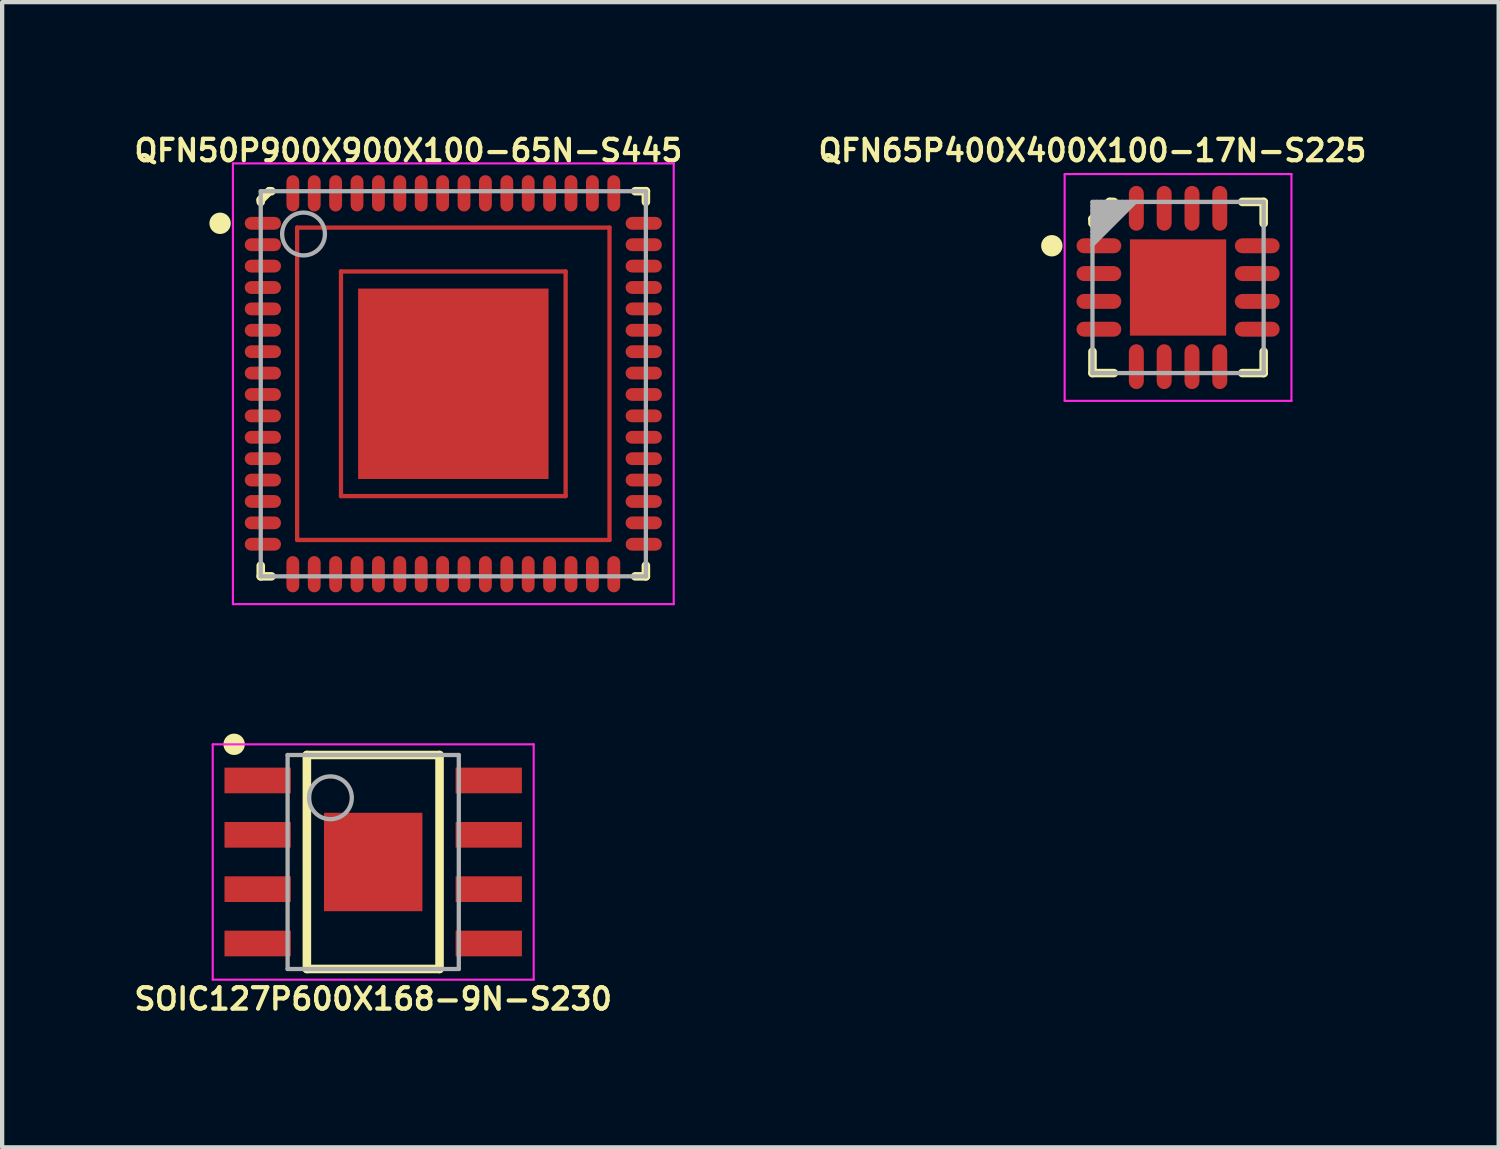
<source format=kicad_pcb>
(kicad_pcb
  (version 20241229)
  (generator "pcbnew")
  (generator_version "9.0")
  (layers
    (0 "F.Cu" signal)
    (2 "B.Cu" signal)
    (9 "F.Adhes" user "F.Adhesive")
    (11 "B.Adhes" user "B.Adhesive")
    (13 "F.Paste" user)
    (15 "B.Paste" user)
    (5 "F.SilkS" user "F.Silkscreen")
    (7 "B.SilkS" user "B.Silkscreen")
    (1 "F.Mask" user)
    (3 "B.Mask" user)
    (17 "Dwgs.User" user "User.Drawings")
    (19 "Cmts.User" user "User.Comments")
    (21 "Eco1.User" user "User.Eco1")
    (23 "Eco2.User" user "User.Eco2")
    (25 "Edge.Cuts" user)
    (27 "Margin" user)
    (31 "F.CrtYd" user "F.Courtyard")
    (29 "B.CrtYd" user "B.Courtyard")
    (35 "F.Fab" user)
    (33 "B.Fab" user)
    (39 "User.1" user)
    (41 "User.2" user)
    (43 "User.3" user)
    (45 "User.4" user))
  (footprint "SOIC127P600X168-9N-S230"
    (layer "F.Cu")
    (at 5.671 17.093)
    (property "Reference" "SOIC127P600X168-9N-S230" (at 0 3.2 180) (layer "F.SilkS") (effects (font (size 0.5 0.5) (thickness 0.1))))
    (attr smd)
    (fp_line (start -1.55 -2.5) (end 1.55 -2.5) (stroke (width 0.2) (type solid)) (layer "F.SilkS"))
    (fp_line (start -1.55 2.5) (end -1.55 -2.5) (stroke (width 0.2) (type solid)) (layer "F.SilkS"))
    (fp_line (start -1.55 2.5) (end 1.55 2.5) (stroke (width 0.2) (type solid)) (layer "F.SilkS"))
    (fp_line (start 1.55 2.5) (end 1.55 -2.5) (stroke (width 0.2) (type solid)) (layer "F.SilkS"))
    (fp_circle (center -3.25 -2.75) (end -3.125 -2.75) (stroke (width 0.25) (type solid)) (fill no) (layer "F.SilkS"))
    (fp_line (start -3.75 -2.75) (end 3.75 -2.75) (stroke (width 0.05) (type solid)) (layer "F.CrtYd"))
    (fp_line (start -3.75 2.75) (end -3.75 -2.75) (stroke (width 0.05) (type solid)) (layer "F.CrtYd"))
    (fp_line (start -3.75 2.75) (end 3.75 2.75) (stroke (width 0.05) (type solid)) (layer "F.CrtYd"))
    (fp_line (start 3.75 2.75) (end 3.75 -2.75) (stroke (width 0.05) (type solid)) (layer "F.CrtYd"))
    (fp_line (start -2 -2.5) (end 2 -2.5) (stroke (width 0.1) (type solid)) (layer "F.Fab"))
    (fp_line (start -2 2.5) (end -2 -2.5) (stroke (width 0.1) (type solid)) (layer "F.Fab"))
    (fp_line (start -2 2.5) (end 2 2.5) (stroke (width 0.1) (type solid)) (layer "F.Fab"))
    (fp_line (start 2 2.5) (end 2 -2.5) (stroke (width 0.1) (type solid)) (layer "F.Fab"))
    (fp_circle (center -1 -1.5) (end -0.5 -1.5) (stroke (width 0.1) (type solid)) (fill no) (layer "F.Fab"))
    (pad "1" smd rect (at -2.7 -1.905) (size 1.55 0.6) (layers "F.Cu" "F.Mask" "F.Paste"))
    (pad "2" smd rect (at -2.7 -0.635) (size 1.55 0.6) (layers "F.Cu" "F.Mask" "F.Paste"))
    (pad "3" smd rect (at -2.7 0.635) (size 1.55 0.6) (layers "F.Cu" "F.Mask" "F.Paste"))
    (pad "4" smd rect (at -2.7 1.905) (size 1.55 0.6) (layers "F.Cu" "F.Mask" "F.Paste"))
    (pad "5" smd rect (at 2.7 1.905) (size 1.55 0.6) (layers "F.Cu" "F.Mask" "F.Paste"))
    (pad "6" smd rect (at 2.7 0.635) (size 1.55 0.6) (layers "F.Cu" "F.Mask" "F.Paste"))
    (pad "7" smd rect (at 2.7 -0.635) (size 1.55 0.6) (layers "F.Cu" "F.Mask" "F.Paste"))
    (pad "8" smd rect (at 2.7 -1.905) (size 1.55 0.6) (layers "F.Cu" "F.Mask" "F.Paste"))
    (pad "9" smd rect (at 0 0 90) (size 2.3 2.3) (layers "F.Cu" "F.Mask" "F.Paste")))
  (footprint "QFN65P400X400X100-17N-S225"
    (layer "F.Cu")
    (at 24.479 3.668)
    (property "Reference" "QFN65P400X400X100-17N-S225" (at -2 -3.2 0) (layer "F.SilkS") (effects (font (size 0.5 0.5) (thickness 0.1))))
    (attr smd)
    (fp_line (start -2 -1.6) (end -1.6 -2) (stroke (width 0.2) (type solid)) (layer "F.SilkS"))
    (fp_line (start -2 -1.5) (end -2 -1.6) (stroke (width 0.2) (type solid)) (layer "F.SilkS"))
    (fp_line (start -2 2) (end -2 1.5) (stroke (width 0.2) (type solid)) (layer "F.SilkS"))
    (fp_line (start -2 2) (end -1.5 2) (stroke (width 0.2) (type solid)) (layer "F.SilkS"))
    (fp_line (start -1.6 -2) (end -1.5 -2) (stroke (width 0.2) (type solid)) (layer "F.SilkS"))
    (fp_line (start 1.5 -2) (end 2 -2) (stroke (width 0.2) (type solid)) (layer "F.SilkS"))
    (fp_line (start 1.5 2) (end 2 2) (stroke (width 0.2) (type solid)) (layer "F.SilkS"))
    (fp_line (start 2 -1.5) (end 2 -2) (stroke (width 0.2) (type solid)) (layer "F.SilkS"))
    (fp_line (start 2 2) (end 2 1.5) (stroke (width 0.2) (type solid)) (layer "F.SilkS"))
    (fp_circle (center -2.95 -0.975) (end -2.825 -0.975) (stroke (width 0.25) (type solid)) (fill no) (layer "F.SilkS"))
    (fp_line (start -2.65 -2.65) (end 2.65 -2.65) (stroke (width 0.05) (type solid)) (layer "F.CrtYd"))
    (fp_line (start -2.65 2.65) (end -2.65 -2.65) (stroke (width 0.05) (type solid)) (layer "F.CrtYd"))
    (fp_line (start -2.65 2.65) (end 2.65 2.65) (stroke (width 0.05) (type solid)) (layer "F.CrtYd"))
    (fp_line (start 2.65 2.65) (end 2.65 -2.65) (stroke (width 0.05) (type solid)) (layer "F.CrtYd"))
    (fp_line (start -2 -2) (end 2 -2) (stroke (width 0.1) (type solid)) (layer "F.Fab"))
    (fp_line (start -2 -1.9) (end -1.9 -2) (stroke (width 0.1) (type solid)) (layer "F.Fab"))
    (fp_line (start -2 -1.8) (end -1.8 -2) (stroke (width 0.1) (type solid)) (layer "F.Fab"))
    (fp_line (start -2 -1.7) (end -1.7 -2) (stroke (width 0.1) (type solid)) (layer "F.Fab"))
    (fp_line (start -2 -1.6) (end -1.6 -2) (stroke (width 0.1) (type solid)) (layer "F.Fab"))
    (fp_line (start -2 -1.5) (end -1.5 -2) (stroke (width 0.1) (type solid)) (layer "F.Fab"))
    (fp_line (start -2 -1.4) (end -1.4 -2) (stroke (width 0.1) (type solid)) (layer "F.Fab"))
    (fp_line (start -2 -1.3) (end -1.3 -2) (stroke (width 0.1) (type solid)) (layer "F.Fab"))
    (fp_line (start -2 -1.2) (end -1.2 -2) (stroke (width 0.1) (type solid)) (layer "F.Fab"))
    (fp_line (start -2 -1.1) (end -1.1 -2) (stroke (width 0.1) (type solid)) (layer "F.Fab"))
    (fp_line (start -2 -1) (end -1 -2) (stroke (width 0.1) (type solid)) (layer "F.Fab"))
    (fp_line (start -2 2) (end -2 -2) (stroke (width 0.1) (type solid)) (layer "F.Fab"))
    (fp_line (start -2 2) (end 2 2) (stroke (width 0.1) (type solid)) (layer "F.Fab"))
    (fp_line (start 2 2) (end 2 -2) (stroke (width 0.1) (type solid)) (layer "F.Fab"))
    (pad "1" smd roundrect (at -1.85 -0.975) (size 1.05 0.35) (layers "F.Cu" "F.Mask" "F.Paste") (roundrect_rratio 0.5))
    (pad "2" smd roundrect (at -1.85 -0.325) (size 1.05 0.35) (layers "F.Cu" "F.Mask" "F.Paste") (roundrect_rratio 0.5))
    (pad "3" smd roundrect (at -1.85 0.325) (size 1.05 0.35) (layers "F.Cu" "F.Mask" "F.Paste") (roundrect_rratio 0.5))
    (pad "4" smd roundrect (at -1.85 0.975) (size 1.05 0.35) (layers "F.Cu" "F.Mask" "F.Paste") (roundrect_rratio 0.5))
    (pad "5" smd roundrect (at -0.975 1.85 90) (size 1.05 0.35) (layers "F.Cu" "F.Mask" "F.Paste") (roundrect_rratio 0.5))
    (pad "6" smd roundrect (at -0.325 1.85 90) (size 1.05 0.35) (layers "F.Cu" "F.Mask" "F.Paste") (roundrect_rratio 0.5))
    (pad "7" smd roundrect (at 0.325 1.85 90) (size 1.05 0.35) (layers "F.Cu" "F.Mask" "F.Paste") (roundrect_rratio 0.5))
    (pad "8" smd roundrect (at 0.975 1.85 90) (size 1.05 0.35) (layers "F.Cu" "F.Mask" "F.Paste") (roundrect_rratio 0.5))
    (pad "9" smd roundrect (at 1.85 0.975) (size 1.05 0.35) (layers "F.Cu" "F.Mask" "F.Paste") (roundrect_rratio 0.5))
    (pad "10" smd roundrect (at 1.85 0.325) (size 1.05 0.35) (layers "F.Cu" "F.Mask" "F.Paste") (roundrect_rratio 0.5))
    (pad "11" smd roundrect (at 1.85 -0.325) (size 1.05 0.35) (layers "F.Cu" "F.Mask" "F.Paste") (roundrect_rratio 0.5))
    (pad "12" smd roundrect (at 1.85 -0.975) (size 1.05 0.35) (layers "F.Cu" "F.Mask" "F.Paste") (roundrect_rratio 0.5))
    (pad "13" smd roundrect (at 0.975 -1.85 90) (size 1.05 0.35) (layers "F.Cu" "F.Mask" "F.Paste") (roundrect_rratio 0.5))
    (pad "14" smd roundrect (at 0.325 -1.85 90) (size 1.05 0.35) (layers "F.Cu" "F.Mask" "F.Paste") (roundrect_rratio 0.5))
    (pad "15" smd roundrect (at -0.325 -1.85 90) (size 1.05 0.35) (layers "F.Cu" "F.Mask" "F.Paste") (roundrect_rratio 0.5))
    (pad "16" smd roundrect (at -0.975 -1.85 90) (size 1.05 0.35) (layers "F.Cu" "F.Mask" "F.Paste") (roundrect_rratio 0.5))
    (pad "17" smd rect (at 0 0) (size 2.25 2.25) (layers "F.Cu" "F.Mask" "F.Paste")))
  (footprint "QFN50P900X900X100-65N-S445"
    (layer "F.Cu")
    (at 7.543 5.918)
    (property "Reference" "QFN50P900X900X100-65N-S445" (at -1.05 -5.45 0) (layer "F.SilkS") (effects (font (size 0.5 0.5) (thickness 0.1))))
    (attr smd)
    (fp_line (start -3.65 -3.65) (end 3.65 -3.65) (stroke (width 0.1) (type solid)) (layer "F.Cu"))
    (fp_line (start -3.65 3.65) (end -3.65 -3.65) (stroke (width 0.1) (type solid)) (layer "F.Cu"))
    (fp_line (start -3.65 3.65) (end 3.65 3.65) (stroke (width 0.1) (type solid)) (layer "F.Cu"))
    (fp_line (start -2.625 -2.625) (end 2.625 -2.625) (stroke (width 0.1) (type solid)) (layer "F.Cu"))
    (fp_line (start -2.625 2.625) (end -2.625 -2.625) (stroke (width 0.1) (type solid)) (layer "F.Cu"))
    (fp_line (start -2.625 2.625) (end 2.625 2.625) (stroke (width 0.1) (type solid)) (layer "F.Cu"))
    (fp_line (start 2.625 2.625) (end 2.625 -2.625) (stroke (width 0.1) (type solid)) (layer "F.Cu"))
    (fp_line (start 3.65 3.65) (end 3.65 -3.65) (stroke (width 0.1) (type solid)) (layer "F.Cu"))
    (fp_line (start -4.5 -4.3) (end -4.3 -4.5) (stroke (width 0.2) (type solid)) (layer "F.SilkS"))
    (fp_line (start -4.5 -4.25) (end -4.5 -4.3) (stroke (width 0.2) (type solid)) (layer "F.SilkS"))
    (fp_line (start -4.5 4.5) (end -4.5 4.25) (stroke (width 0.2) (type solid)) (layer "F.SilkS"))
    (fp_line (start -4.5 4.5) (end -4.25 4.5) (stroke (width 0.2) (type solid)) (layer "F.SilkS"))
    (fp_line (start -4.3 -4.5) (end -4.25 -4.5) (stroke (width 0.2) (type solid)) (layer "F.SilkS"))
    (fp_line (start 4.25 -4.5) (end 4.5 -4.5) (stroke (width 0.2) (type solid)) (layer "F.SilkS"))
    (fp_line (start 4.25 4.5) (end 4.5 4.5) (stroke (width 0.2) (type solid)) (layer "F.SilkS"))
    (fp_line (start 4.5 -4.25) (end 4.5 -4.5) (stroke (width 0.2) (type solid)) (layer "F.SilkS"))
    (fp_line (start 4.5 4.5) (end 4.5 4.25) (stroke (width 0.2) (type solid)) (layer "F.SilkS"))
    (fp_circle (center -5.45 -3.75) (end -5.325 -3.75) (stroke (width 0.25) (type solid)) (fill no) (layer "F.SilkS"))
    (fp_line (start -5.15 -5.15) (end 5.15 -5.15) (stroke (width 0.05) (type solid)) (layer "F.CrtYd"))
    (fp_line (start -5.15 5.15) (end -5.15 -5.15) (stroke (width 0.05) (type solid)) (layer "F.CrtYd"))
    (fp_line (start -5.15 5.15) (end 5.15 5.15) (stroke (width 0.05) (type solid)) (layer "F.CrtYd"))
    (fp_line (start 5.15 5.15) (end 5.15 -5.15) (stroke (width 0.05) (type solid)) (layer "F.CrtYd"))
    (fp_line (start -4.5 -4.5) (end 4.5 -4.5) (stroke (width 0.1) (type solid)) (layer "F.Fab"))
    (fp_line (start -4.5 4.5) (end -4.5 -4.5) (stroke (width 0.1) (type solid)) (layer "F.Fab"))
    (fp_line (start -4.5 4.5) (end 4.5 4.5) (stroke (width 0.1) (type solid)) (layer "F.Fab"))
    (fp_line (start 4.5 4.5) (end 4.5 -4.5) (stroke (width 0.1) (type solid)) (layer "F.Fab"))
    (fp_circle (center -3.5 -3.5) (end -3 -3.5) (stroke (width 0.1) (type solid)) (fill no) (layer "F.Fab"))
    (pad "1" smd roundrect (at -4.45 -3.75) (size 0.85 0.3) (layers "F.Cu" "F.Mask" "F.Paste") (roundrect_rratio 0.5))
    (pad "2" smd roundrect (at -4.45 -3.25) (size 0.85 0.3) (layers "F.Cu" "F.Mask" "F.Paste") (roundrect_rratio 0.5))
    (pad "3" smd roundrect (at -4.45 -2.75) (size 0.85 0.3) (layers "F.Cu" "F.Mask" "F.Paste") (roundrect_rratio 0.5))
    (pad "4" smd roundrect (at -4.45 -2.25) (size 0.85 0.3) (layers "F.Cu" "F.Mask" "F.Paste") (roundrect_rratio 0.5))
    (pad "5" smd roundrect (at -4.45 -1.75) (size 0.85 0.3) (layers "F.Cu" "F.Mask" "F.Paste") (roundrect_rratio 0.5))
    (pad "6" smd roundrect (at -4.45 -1.25) (size 0.85 0.3) (layers "F.Cu" "F.Mask" "F.Paste") (roundrect_rratio 0.5))
    (pad "7" smd roundrect (at -4.45 -0.75) (size 0.85 0.3) (layers "F.Cu" "F.Mask" "F.Paste") (roundrect_rratio 0.5))
    (pad "8" smd roundrect (at -4.45 -0.25) (size 0.85 0.3) (layers "F.Cu" "F.Mask" "F.Paste") (roundrect_rratio 0.5))
    (pad "9" smd roundrect (at -4.45 0.25) (size 0.85 0.3) (layers "F.Cu" "F.Mask" "F.Paste") (roundrect_rratio 0.5))
    (pad "10" smd roundrect (at -4.45 0.75) (size 0.85 0.3) (layers "F.Cu" "F.Mask" "F.Paste") (roundrect_rratio 0.5))
    (pad "11" smd roundrect (at -4.45 1.25) (size 0.85 0.3) (layers "F.Cu" "F.Mask" "F.Paste") (roundrect_rratio 0.5))
    (pad "12" smd roundrect (at -4.45 1.75) (size 0.85 0.3) (layers "F.Cu" "F.Mask" "F.Paste") (roundrect_rratio 0.5))
    (pad "13" smd roundrect (at -4.45 2.25) (size 0.85 0.3) (layers "F.Cu" "F.Mask" "F.Paste") (roundrect_rratio 0.5))
    (pad "14" smd roundrect (at -4.45 2.75) (size 0.85 0.3) (layers "F.Cu" "F.Mask" "F.Paste") (roundrect_rratio 0.5))
    (pad "15" smd roundrect (at -4.45 3.25) (size 0.85 0.3) (layers "F.Cu" "F.Mask" "F.Paste") (roundrect_rratio 0.5))
    (pad "16" smd roundrect (at -4.45 3.75) (size 0.85 0.3) (layers "F.Cu" "F.Mask" "F.Paste") (roundrect_rratio 0.5))
    (pad "17" smd roundrect (at -3.75 4.45 90) (size 0.85 0.3) (layers "F.Cu" "F.Mask" "F.Paste") (roundrect_rratio 0.5))
    (pad "18" smd roundrect (at -3.25 4.45 90) (size 0.85 0.3) (layers "F.Cu" "F.Mask" "F.Paste") (roundrect_rratio 0.5))
    (pad "19" smd roundrect (at -2.75 4.45 90) (size 0.85 0.3) (layers "F.Cu" "F.Mask" "F.Paste") (roundrect_rratio 0.5))
    (pad "20" smd roundrect (at -2.25 4.45 90) (size 0.85 0.3) (layers "F.Cu" "F.Mask" "F.Paste") (roundrect_rratio 0.5))
    (pad "21" smd roundrect (at -1.75 4.45 90) (size 0.85 0.3) (layers "F.Cu" "F.Mask" "F.Paste") (roundrect_rratio 0.5))
    (pad "22" smd roundrect (at -1.25 4.45 90) (size 0.85 0.3) (layers "F.Cu" "F.Mask" "F.Paste") (roundrect_rratio 0.5))
    (pad "23" smd roundrect (at -0.75 4.45 90) (size 0.85 0.3) (layers "F.Cu" "F.Mask" "F.Paste") (roundrect_rratio 0.5))
    (pad "24" smd roundrect (at -0.25 4.45 90) (size 0.85 0.3) (layers "F.Cu" "F.Mask" "F.Paste") (roundrect_rratio 0.5))
    (pad "25" smd roundrect (at 0.25 4.45 90) (size 0.85 0.3) (layers "F.Cu" "F.Mask" "F.Paste") (roundrect_rratio 0.5))
    (pad "26" smd roundrect (at 0.75 4.45 90) (size 0.85 0.3) (layers "F.Cu" "F.Mask" "F.Paste") (roundrect_rratio 0.5))
    (pad "27" smd roundrect (at 1.25 4.45 90) (size 0.85 0.3) (layers "F.Cu" "F.Mask" "F.Paste") (roundrect_rratio 0.5))
    (pad "28" smd roundrect (at 1.75 4.45 90) (size 0.85 0.3) (layers "F.Cu" "F.Mask" "F.Paste") (roundrect_rratio 0.5))
    (pad "29" smd roundrect (at 2.25 4.45 90) (size 0.85 0.3) (layers "F.Cu" "F.Mask" "F.Paste") (roundrect_rratio 0.5))
    (pad "30" smd roundrect (at 2.75 4.45 90) (size 0.85 0.3) (layers "F.Cu" "F.Mask" "F.Paste") (roundrect_rratio 0.5))
    (pad "31" smd roundrect (at 3.25 4.45 90) (size 0.85 0.3) (layers "F.Cu" "F.Mask" "F.Paste") (roundrect_rratio 0.5))
    (pad "32" smd roundrect (at 3.75 4.45 90) (size 0.85 0.3) (layers "F.Cu" "F.Mask" "F.Paste") (roundrect_rratio 0.5))
    (pad "33" smd roundrect (at 4.45 3.75) (size 0.85 0.3) (layers "F.Cu" "F.Mask" "F.Paste") (roundrect_rratio 0.5))
    (pad "34" smd roundrect (at 4.45 3.25) (size 0.85 0.3) (layers "F.Cu" "F.Mask" "F.Paste") (roundrect_rratio 0.5))
    (pad "35" smd roundrect (at 4.45 2.75) (size 0.85 0.3) (layers "F.Cu" "F.Mask" "F.Paste") (roundrect_rratio 0.5))
    (pad "36" smd roundrect (at 4.45 2.25) (size 0.85 0.3) (layers "F.Cu" "F.Mask" "F.Paste") (roundrect_rratio 0.5))
    (pad "37" smd roundrect (at 4.45 1.75) (size 0.85 0.3) (layers "F.Cu" "F.Mask" "F.Paste") (roundrect_rratio 0.5))
    (pad "38" smd roundrect (at 4.45 1.25) (size 0.85 0.3) (layers "F.Cu" "F.Mask" "F.Paste") (roundrect_rratio 0.5))
    (pad "39" smd roundrect (at 4.45 0.75) (size 0.85 0.3) (layers "F.Cu" "F.Mask" "F.Paste") (roundrect_rratio 0.5))
    (pad "40" smd roundrect (at 4.45 0.25) (size 0.85 0.3) (layers "F.Cu" "F.Mask" "F.Paste") (roundrect_rratio 0.5))
    (pad "41" smd roundrect (at 4.45 -0.25) (size 0.85 0.3) (layers "F.Cu" "F.Mask" "F.Paste") (roundrect_rratio 0.5))
    (pad "42" smd roundrect (at 4.45 -0.75) (size 0.85 0.3) (layers "F.Cu" "F.Mask" "F.Paste") (roundrect_rratio 0.5))
    (pad "43" smd roundrect (at 4.45 -1.25) (size 0.85 0.3) (layers "F.Cu" "F.Mask" "F.Paste") (roundrect_rratio 0.5))
    (pad "44" smd roundrect (at 4.45 -1.75) (size 0.85 0.3) (layers "F.Cu" "F.Mask" "F.Paste") (roundrect_rratio 0.5))
    (pad "45" smd roundrect (at 4.45 -2.25) (size 0.85 0.3) (layers "F.Cu" "F.Mask" "F.Paste") (roundrect_rratio 0.5))
    (pad "46" smd roundrect (at 4.45 -2.75) (size 0.85 0.3) (layers "F.Cu" "F.Mask" "F.Paste") (roundrect_rratio 0.5))
    (pad "47" smd roundrect (at 4.45 -3.25) (size 0.85 0.3) (layers "F.Cu" "F.Mask" "F.Paste") (roundrect_rratio 0.5))
    (pad "48" smd roundrect (at 4.45 -3.75) (size 0.85 0.3) (layers "F.Cu" "F.Mask" "F.Paste") (roundrect_rratio 0.5))
    (pad "49" smd roundrect (at 3.75 -4.45 90) (size 0.85 0.3) (layers "F.Cu" "F.Mask" "F.Paste") (roundrect_rratio 0.5))
    (pad "50" smd roundrect (at 3.25 -4.45 90) (size 0.85 0.3) (layers "F.Cu" "F.Mask" "F.Paste") (roundrect_rratio 0.5))
    (pad "51" smd roundrect (at 2.75 -4.45 90) (size 0.85 0.3) (layers "F.Cu" "F.Mask" "F.Paste") (roundrect_rratio 0.5))
    (pad "52" smd roundrect (at 2.25 -4.45 90) (size 0.85 0.3) (layers "F.Cu" "F.Mask" "F.Paste") (roundrect_rratio 0.5))
    (pad "53" smd roundrect (at 1.75 -4.45 90) (size 0.85 0.3) (layers "F.Cu" "F.Mask" "F.Paste") (roundrect_rratio 0.5))
    (pad "54" smd roundrect (at 1.25 -4.45 90) (size 0.85 0.3) (layers "F.Cu" "F.Mask" "F.Paste") (roundrect_rratio 0.5))
    (pad "55" smd roundrect (at 0.75 -4.45 90) (size 0.85 0.3) (layers "F.Cu" "F.Mask" "F.Paste") (roundrect_rratio 0.5))
    (pad "56" smd roundrect (at 0.25 -4.45 90) (size 0.85 0.3) (layers "F.Cu" "F.Mask" "F.Paste") (roundrect_rratio 0.5))
    (pad "57" smd roundrect (at -0.25 -4.45 90) (size 0.85 0.3) (layers "F.Cu" "F.Mask" "F.Paste") (roundrect_rratio 0.5))
    (pad "58" smd roundrect (at -0.75 -4.45 90) (size 0.85 0.3) (layers "F.Cu" "F.Mask" "F.Paste") (roundrect_rratio 0.5))
    (pad "59" smd roundrect (at -1.25 -4.45 90) (size 0.85 0.3) (layers "F.Cu" "F.Mask" "F.Paste") (roundrect_rratio 0.5))
    (pad "60" smd roundrect (at -1.75 -4.45 90) (size 0.85 0.3) (layers "F.Cu" "F.Mask" "F.Paste") (roundrect_rratio 0.5))
    (pad "61" smd roundrect (at -2.25 -4.45 90) (size 0.85 0.3) (layers "F.Cu" "F.Mask" "F.Paste") (roundrect_rratio 0.5))
    (pad "62" smd roundrect (at -2.75 -4.45 90) (size 0.85 0.3) (layers "F.Cu" "F.Mask" "F.Paste") (roundrect_rratio 0.5))
    (pad "63" smd roundrect (at -3.25 -4.45 90) (size 0.85 0.3) (layers "F.Cu" "F.Mask" "F.Paste") (roundrect_rratio 0.5))
    (pad "64" smd roundrect (at -3.75 -4.45 90) (size 0.85 0.3) (layers "F.Cu" "F.Mask" "F.Paste") (roundrect_rratio 0.5))
    (pad "65" smd rect (at 0 0) (size 4.45 4.45) (layers "F.Cu" "F.Mask" "F.Paste")))
  (gr_rect
    (start -3 -3)
    (end 31.971 23.761)
    (stroke (width 0.1) (type default))
    (fill no)
    (layer "Edge.Cuts")))
</source>
